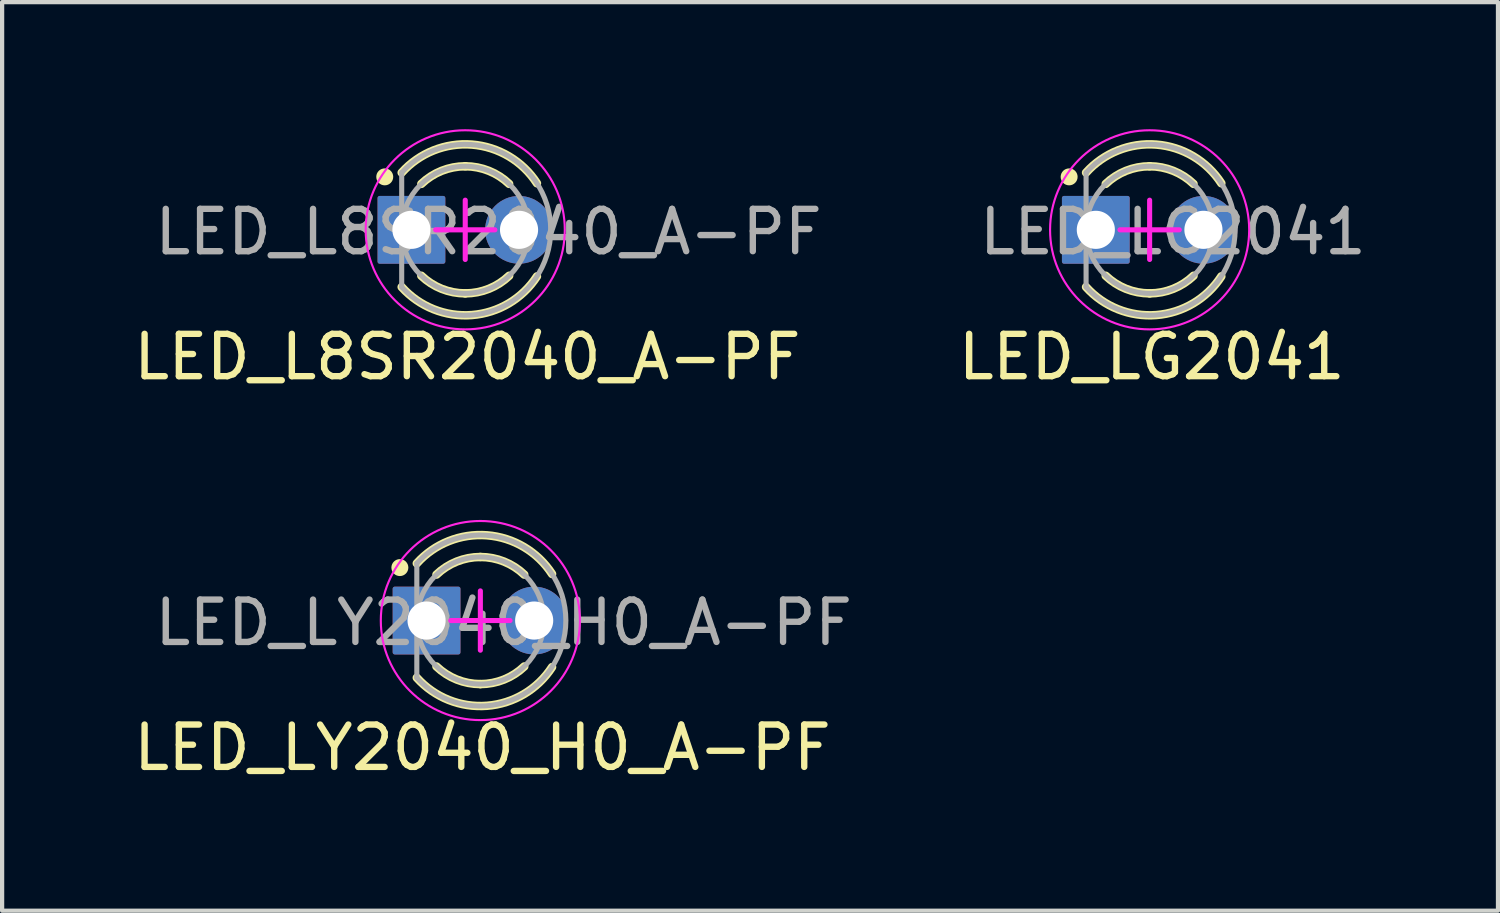
<source format=kicad_pcb>
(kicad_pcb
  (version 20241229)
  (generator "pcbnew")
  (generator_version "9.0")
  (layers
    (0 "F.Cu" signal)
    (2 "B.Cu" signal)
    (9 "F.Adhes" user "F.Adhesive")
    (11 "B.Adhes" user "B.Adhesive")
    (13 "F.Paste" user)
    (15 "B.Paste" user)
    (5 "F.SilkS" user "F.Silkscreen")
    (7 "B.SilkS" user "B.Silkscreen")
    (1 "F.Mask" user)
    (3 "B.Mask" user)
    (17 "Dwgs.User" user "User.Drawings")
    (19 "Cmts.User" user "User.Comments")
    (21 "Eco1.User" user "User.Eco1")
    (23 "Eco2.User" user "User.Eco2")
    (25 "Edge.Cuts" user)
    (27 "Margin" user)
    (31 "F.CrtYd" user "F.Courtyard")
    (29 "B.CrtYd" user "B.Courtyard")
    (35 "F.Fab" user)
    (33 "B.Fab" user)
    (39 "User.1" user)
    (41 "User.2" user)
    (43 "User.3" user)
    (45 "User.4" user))
  (footprint "LED_L8SR2040_A-PF"
    (layer "F.Cu")
    (at 7.932 2.375)
    (property "Reference" "LED_L8SR2040_A-PF" (at 0.05 3 0) (layer "F.SilkS") (effects (font (size 1 1) (thickness 0.15))))
    (attr through_hole)
    (fp_arc (start -1.5 -1.35) (mid 0.157885 -2.011858) (end 1.692228 -1.099483) (stroke (width 0.2) (type solid)) (layer "F.SilkS"))
    (fp_arc (start -1.035714 -1.085033) (mid -0.557876 -1.392399) (end 0 -1.5) (stroke (width 0.2) (type solid)) (layer "F.SilkS"))
    (fp_arc (start 0 -1.5) (mid 0.557876 -1.392399) (end 1.035714 -1.085033) (stroke (width 0.2) (type solid)) (layer "F.SilkS"))
    (fp_arc (start 0 1.5) (mid -0.558267 1.392242) (end -1.036324 1.084451) (stroke (width 0.2) (type solid)) (layer "F.SilkS"))
    (fp_arc (start 1.036324 1.084451) (mid 0.558267 1.392243) (end 0 1.5) (stroke (width 0.2) (type solid)) (layer "F.SilkS"))
    (fp_arc (start 1.692228 1.099483) (mid 0.157885 2.011858) (end -1.5 1.35) (stroke (width 0.2) (type solid)) (layer "F.SilkS"))
    (fp_circle (center -1.9 -1.25) (end -1.8 -1.25) (stroke (width 0.2) (type solid)) (fill no) (layer "F.SilkS"))
    (fp_line (start 0 0.7) (end 0 -0.7) (stroke (width 0.12) (type solid)) (layer "F.CrtYd"))
    (fp_line (start 0.7 0) (end -0.7 0) (stroke (width 0.12) (type solid)) (layer "F.CrtYd"))
    (fp_circle (center 0 0) (end 2.35 0) (stroke (width 0.05) (type solid)) (fill no) (layer "F.CrtYd"))
    (fp_line (start -1.5 1.35) (end -1.5 -1.35) (stroke (width 0.12) (type solid)) (layer "F.Fab"))
    (fp_arc (start -1.5 -1.35) (mid 2.018044 0) (end -1.5 1.35) (stroke (width 0.12) (type solid)) (layer "F.Fab"))
    (fp_circle (center 0 0) (end 0 -1.5) (stroke (width 0.12) (type solid)) (fill no) (layer "F.Fab"))
    (fp_text user "${REFERENCE}" (at 0.55 0.05 0) (layer "F.Fab") (effects (font (size 1 1) (thickness 0.15))))
    (pad "1" thru_hole roundrect (at -1.27 0) (size 1.6 1.6) (drill 0.9) (layers "*.Cu" "*.Mask") (roundrect_rratio 0.031))
    (pad "2" thru_hole circle (at 1.27 0) (size 1.6 1.6) (drill 0.9) (layers "*.Cu" "*.Mask")))
  (footprint "LED_LG2041"
    (layer "F.Cu")
    (at 24.087 2.375)
    (property "Reference" "LED_LG2041" (at 0.05 3 0) (layer "F.SilkS") (effects (font (size 1 1) (thickness 0.15))))
    (attr through_hole)
    (fp_arc (start -1.5 -1.35) (mid 0.157885 -2.011858) (end 1.692228 -1.099483) (stroke (width 0.2) (type solid)) (layer "F.SilkS"))
    (fp_arc (start -1.035714 -1.085033) (mid -0.557876 -1.392399) (end 0 -1.5) (stroke (width 0.2) (type solid)) (layer "F.SilkS"))
    (fp_arc (start 0 -1.5) (mid 0.557876 -1.392399) (end 1.035714 -1.085033) (stroke (width 0.2) (type solid)) (layer "F.SilkS"))
    (fp_arc (start 0 1.5) (mid -0.558267 1.392242) (end -1.036324 1.084451) (stroke (width 0.2) (type solid)) (layer "F.SilkS"))
    (fp_arc (start 1.036324 1.084451) (mid 0.558267 1.392243) (end 0 1.5) (stroke (width 0.2) (type solid)) (layer "F.SilkS"))
    (fp_arc (start 1.692228 1.099483) (mid 0.157885 2.011858) (end -1.5 1.35) (stroke (width 0.2) (type solid)) (layer "F.SilkS"))
    (fp_circle (center -1.9 -1.25) (end -1.8 -1.25) (stroke (width 0.2) (type solid)) (fill no) (layer "F.SilkS"))
    (fp_line (start 0 0.7) (end 0 -0.7) (stroke (width 0.12) (type solid)) (layer "F.CrtYd"))
    (fp_line (start 0.7 0) (end -0.7 0) (stroke (width 0.12) (type solid)) (layer "F.CrtYd"))
    (fp_circle (center 0 0) (end 2.35 0) (stroke (width 0.05) (type solid)) (fill no) (layer "F.CrtYd"))
    (fp_line (start -1.5 1.35) (end -1.5 -1.35) (stroke (width 0.12) (type solid)) (layer "F.Fab"))
    (fp_arc (start -1.5 -1.35) (mid 2.018044 0) (end -1.5 1.35) (stroke (width 0.12) (type solid)) (layer "F.Fab"))
    (fp_circle (center 0 0) (end 0 -1.5) (stroke (width 0.12) (type solid)) (fill no) (layer "F.Fab"))
    (fp_text user "${REFERENCE}" (at 0.55 0.05 0) (layer "F.Fab") (effects (font (size 1 1) (thickness 0.15))))
    (pad "1" thru_hole roundrect (at -1.27 0) (size 1.6 1.6) (drill 0.9) (layers "*.Cu" "*.Mask") (roundrect_rratio 0.031))
    (pad "2" thru_hole circle (at 1.27 0) (size 1.6 1.6) (drill 0.9) (layers "*.Cu" "*.Mask")))
  (footprint "LED_LY2040_H0_A-PF"
    (layer "F.Cu")
    (at 8.289 11.598)
    (property "Reference" "LED_LY2040_H0_A-PF" (at 0.05 3 0) (layer "F.SilkS") (effects (font (size 1 1) (thickness 0.15))))
    (attr through_hole)
    (fp_arc (start -1.5 -1.35) (mid 0.157885 -2.011858) (end 1.692228 -1.099483) (stroke (width 0.2) (type solid)) (layer "F.SilkS"))
    (fp_arc (start -1.035714 -1.085033) (mid -0.557876 -1.392399) (end 0 -1.5) (stroke (width 0.2) (type solid)) (layer "F.SilkS"))
    (fp_arc (start 0 -1.5) (mid 0.557876 -1.392399) (end 1.035714 -1.085033) (stroke (width 0.2) (type solid)) (layer "F.SilkS"))
    (fp_arc (start 0 1.5) (mid -0.558267 1.392242) (end -1.036324 1.084451) (stroke (width 0.2) (type solid)) (layer "F.SilkS"))
    (fp_arc (start 1.036324 1.084451) (mid 0.558267 1.392243) (end 0 1.5) (stroke (width 0.2) (type solid)) (layer "F.SilkS"))
    (fp_arc (start 1.692228 1.099483) (mid 0.157885 2.011858) (end -1.5 1.35) (stroke (width 0.2) (type solid)) (layer "F.SilkS"))
    (fp_circle (center -1.9 -1.25) (end -1.8 -1.25) (stroke (width 0.2) (type solid)) (fill no) (layer "F.SilkS"))
    (fp_line (start 0 0.7) (end 0 -0.7) (stroke (width 0.12) (type solid)) (layer "F.CrtYd"))
    (fp_line (start 0.7 0) (end -0.7 0) (stroke (width 0.12) (type solid)) (layer "F.CrtYd"))
    (fp_circle (center 0 0) (end 2.35 0) (stroke (width 0.05) (type solid)) (fill no) (layer "F.CrtYd"))
    (fp_line (start -1.5 1.35) (end -1.5 -1.35) (stroke (width 0.12) (type solid)) (layer "F.Fab"))
    (fp_arc (start -1.5 -1.35) (mid 2.018044 0) (end -1.5 1.35) (stroke (width 0.12) (type solid)) (layer "F.Fab"))
    (fp_circle (center 0 0) (end 0 -1.5) (stroke (width 0.12) (type solid)) (fill no) (layer "F.Fab"))
    (fp_text user "${REFERENCE}" (at 0.55 0.05 0) (layer "F.Fab") (effects (font (size 1 1) (thickness 0.15))))
    (pad "1" thru_hole roundrect (at -1.27 0) (size 1.6 1.6) (drill 0.9) (layers "*.Cu" "*.Mask") (roundrect_rratio 0.031))
    (pad "2" thru_hole circle (at 1.27 0) (size 1.6 1.6) (drill 0.9) (layers "*.Cu" "*.Mask")))
  (gr_rect
    (start -3 -3)
    (end 32.31 18.447)
    (stroke (width 0.1) (type default))
    (fill no)
    (layer "Edge.Cuts")))
</source>
